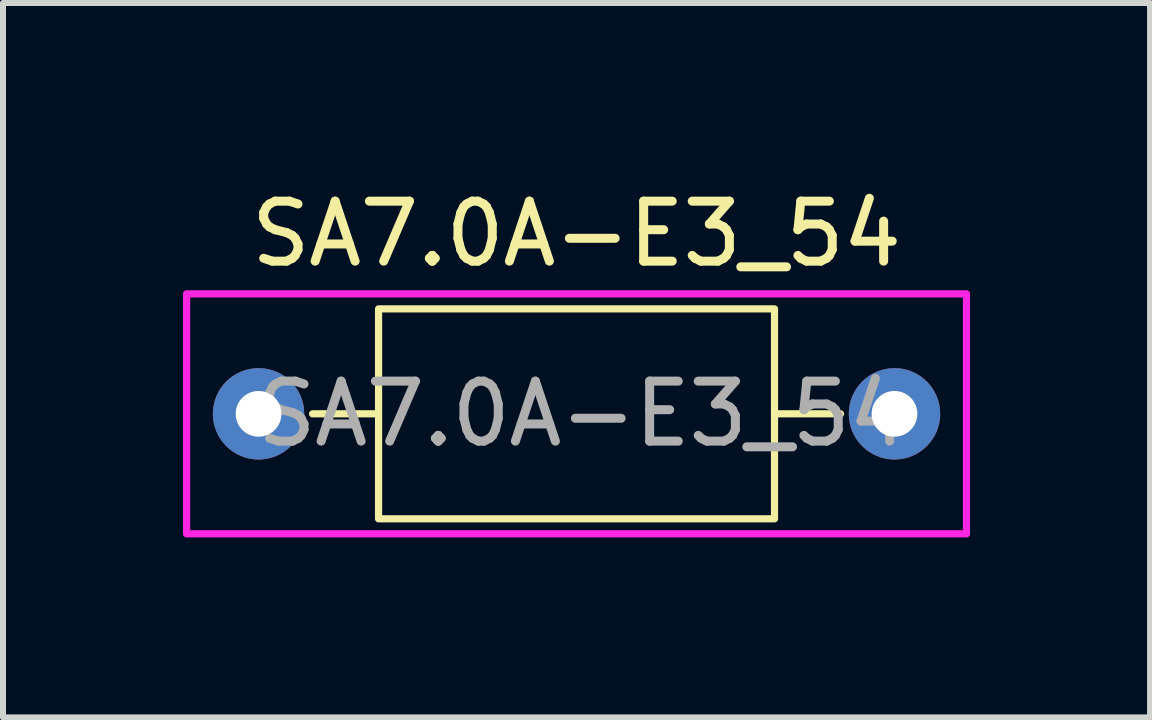
<source format=kicad_pcb>
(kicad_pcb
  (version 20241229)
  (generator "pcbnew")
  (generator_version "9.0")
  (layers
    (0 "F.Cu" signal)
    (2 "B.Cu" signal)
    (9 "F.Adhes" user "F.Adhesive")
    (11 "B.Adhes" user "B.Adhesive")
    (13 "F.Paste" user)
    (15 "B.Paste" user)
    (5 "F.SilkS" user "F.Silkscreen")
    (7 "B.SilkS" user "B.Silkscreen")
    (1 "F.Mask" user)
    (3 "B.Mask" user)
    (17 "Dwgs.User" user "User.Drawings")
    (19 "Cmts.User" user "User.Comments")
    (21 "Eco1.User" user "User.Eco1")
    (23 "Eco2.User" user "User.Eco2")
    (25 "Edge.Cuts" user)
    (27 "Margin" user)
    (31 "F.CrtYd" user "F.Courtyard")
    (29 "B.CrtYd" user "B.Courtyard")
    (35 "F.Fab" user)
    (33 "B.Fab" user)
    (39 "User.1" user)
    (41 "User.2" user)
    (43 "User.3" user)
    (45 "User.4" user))
  (footprint "SA7.0A-E3_54"
    (layer "F.Cu")
    (at 6.56 3.848)
    (property "Reference" "SA7.0A-E3_54" (at 0 -3 0) (unlocked yes) (layer "F.SilkS") (effects (font (size 1 1) (thickness 0.15))))
    (attr through_hole)
    (fp_line (start -3.3 0) (end -4.4 0) (stroke (width 0.12) (type solid)) (layer "F.SilkS"))
    (fp_line (start 3.3 0) (end 4.4 0) (stroke (width 0.12) (type solid)) (layer "F.SilkS"))
    (fp_rect (start -3.3 -1.75) (end 3.3 1.75) (stroke (width 0.12) (type solid)) (fill no) (layer "F.SilkS"))
    (fp_rect (start -6.5 -2) (end 6.5 2) (stroke (width 0.12) (type solid)) (fill no) (layer "F.CrtYd"))
    (fp_text user "${REFERENCE}" (at 0.1 0 0) (unlocked yes) (layer "F.Fab") (effects (font (size 1 1) (thickness 0.15))))
    (pad "1" thru_hole circle (at 5.3 0) (size 1.524 1.524) (drill 0.762) (layers "*.Cu" "*.Mask"))
    (pad "2" thru_hole circle (at -5.3 0) (size 1.524 1.524) (drill 0.762) (layers "*.Cu" "*.Mask")))
  (gr_rect
    (start -3 -3)
    (end 16.12 8.908)
    (stroke (width 0.1) (type default))
    (fill no)
    (layer "Edge.Cuts")))
</source>
